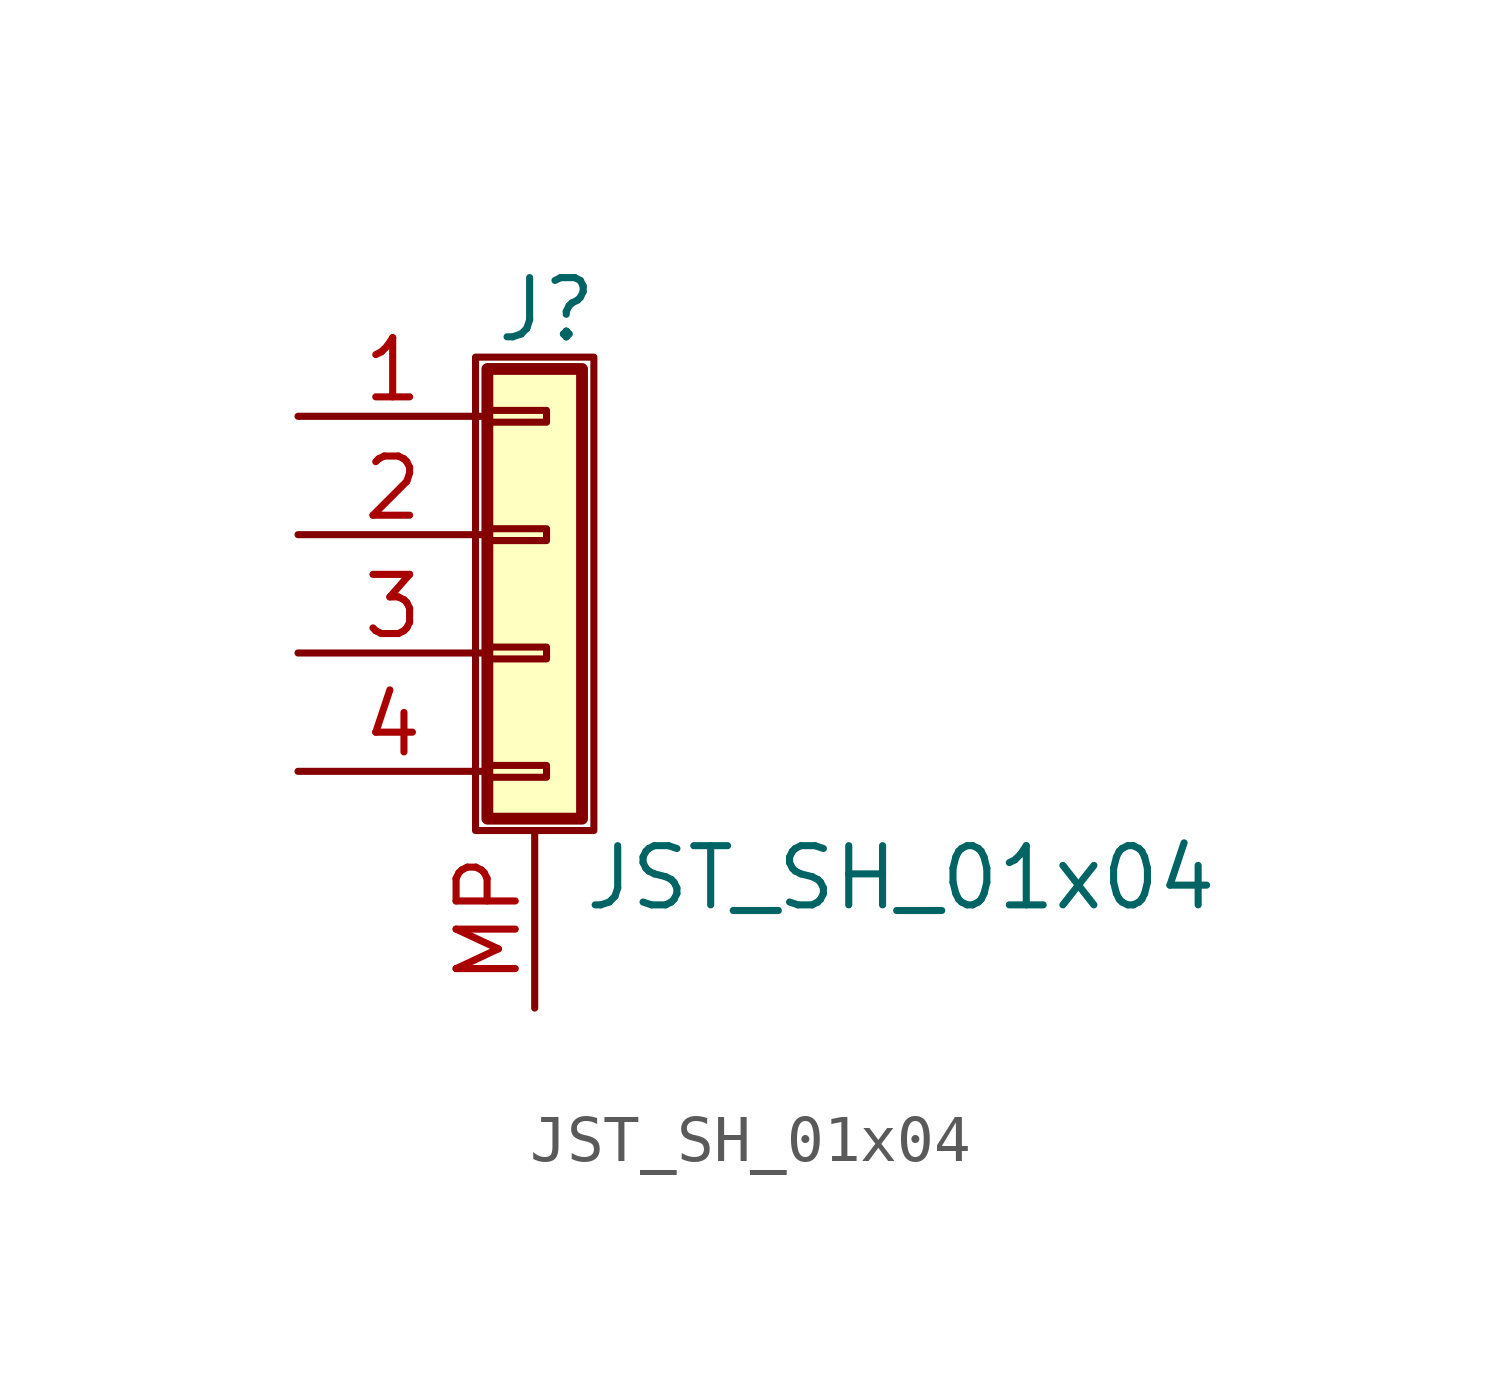
<source format=kicad_sym>
(kicad_symbol_lib
  (version 20220914)
  (generator kicad_symbol_editor)
  (symbol "JST_SH_01x04"
    (pin_names
      (offset 1.016) hide)
    (property "Reference" "J"
      (at 0.254 4.826 0)
      (effects (font (size 1.27 1.27))))
    (property "Value" "JST_SH_01x04"
      (at 1.016 -7.366 0)
      (effects (font (size 1.27 1.27)) (justify left)))
    (symbol "JST_SH_01x04_1_1"
      (rectangle (start -1.27 3.81) (end 1.27 -6.35) (stroke (width 0.152) (type default)) (fill (type none)))
      (rectangle (start -1.016 -4.953) (end 0.254 -5.207) (stroke (width 0.152) (type default)) (fill (type none)))
      (rectangle (start -1.016 -2.413) (end 0.254 -2.667) (stroke (width 0.152) (type default)) (fill (type none)))
      (rectangle (start -1.016 0.127) (end 0.254 -0.127) (stroke (width 0.152) (type default)) (fill (type none)))
      (rectangle (start -1.016 2.667) (end 0.254 2.413) (stroke (width 0.152) (type default)) (fill (type none)))
      (rectangle (start -1.016 3.556) (end 1.016 -6.096) (stroke (width 0.254) (type default)) (fill (type background)))
      (pin passive line (at -5.08 2.54 0) (length 4.064) (name "Pin_1" (effects (font (size 1.27 1.27)))) (number "1" (effects (font (size 1.27 1.27)))))
      (pin passive line (at -5.08 0 0) (length 4.064) (name "Pin_2" (effects (font (size 1.27 1.27)))) (number "2" (effects (font (size 1.27 1.27)))))
      (pin passive line (at -5.08 -2.54 0) (length 4.064) (name "Pin_3" (effects (font (size 1.27 1.27)))) (number "3" (effects (font (size 1.27 1.27)))))
      (pin passive line (at -5.08 -5.08 0) (length 4.064) (name "Pin_4" (effects (font (size 1.27 1.27)))) (number "4" (effects (font (size 1.27 1.27)))))
      (pin passive line (at 0 -10.16 90) (length 3.81) (name "Shield" (effects (font (size 1.27 1.27)))) (number "MP" (effects (font (size 1.27 1.27))))))))
</source>
